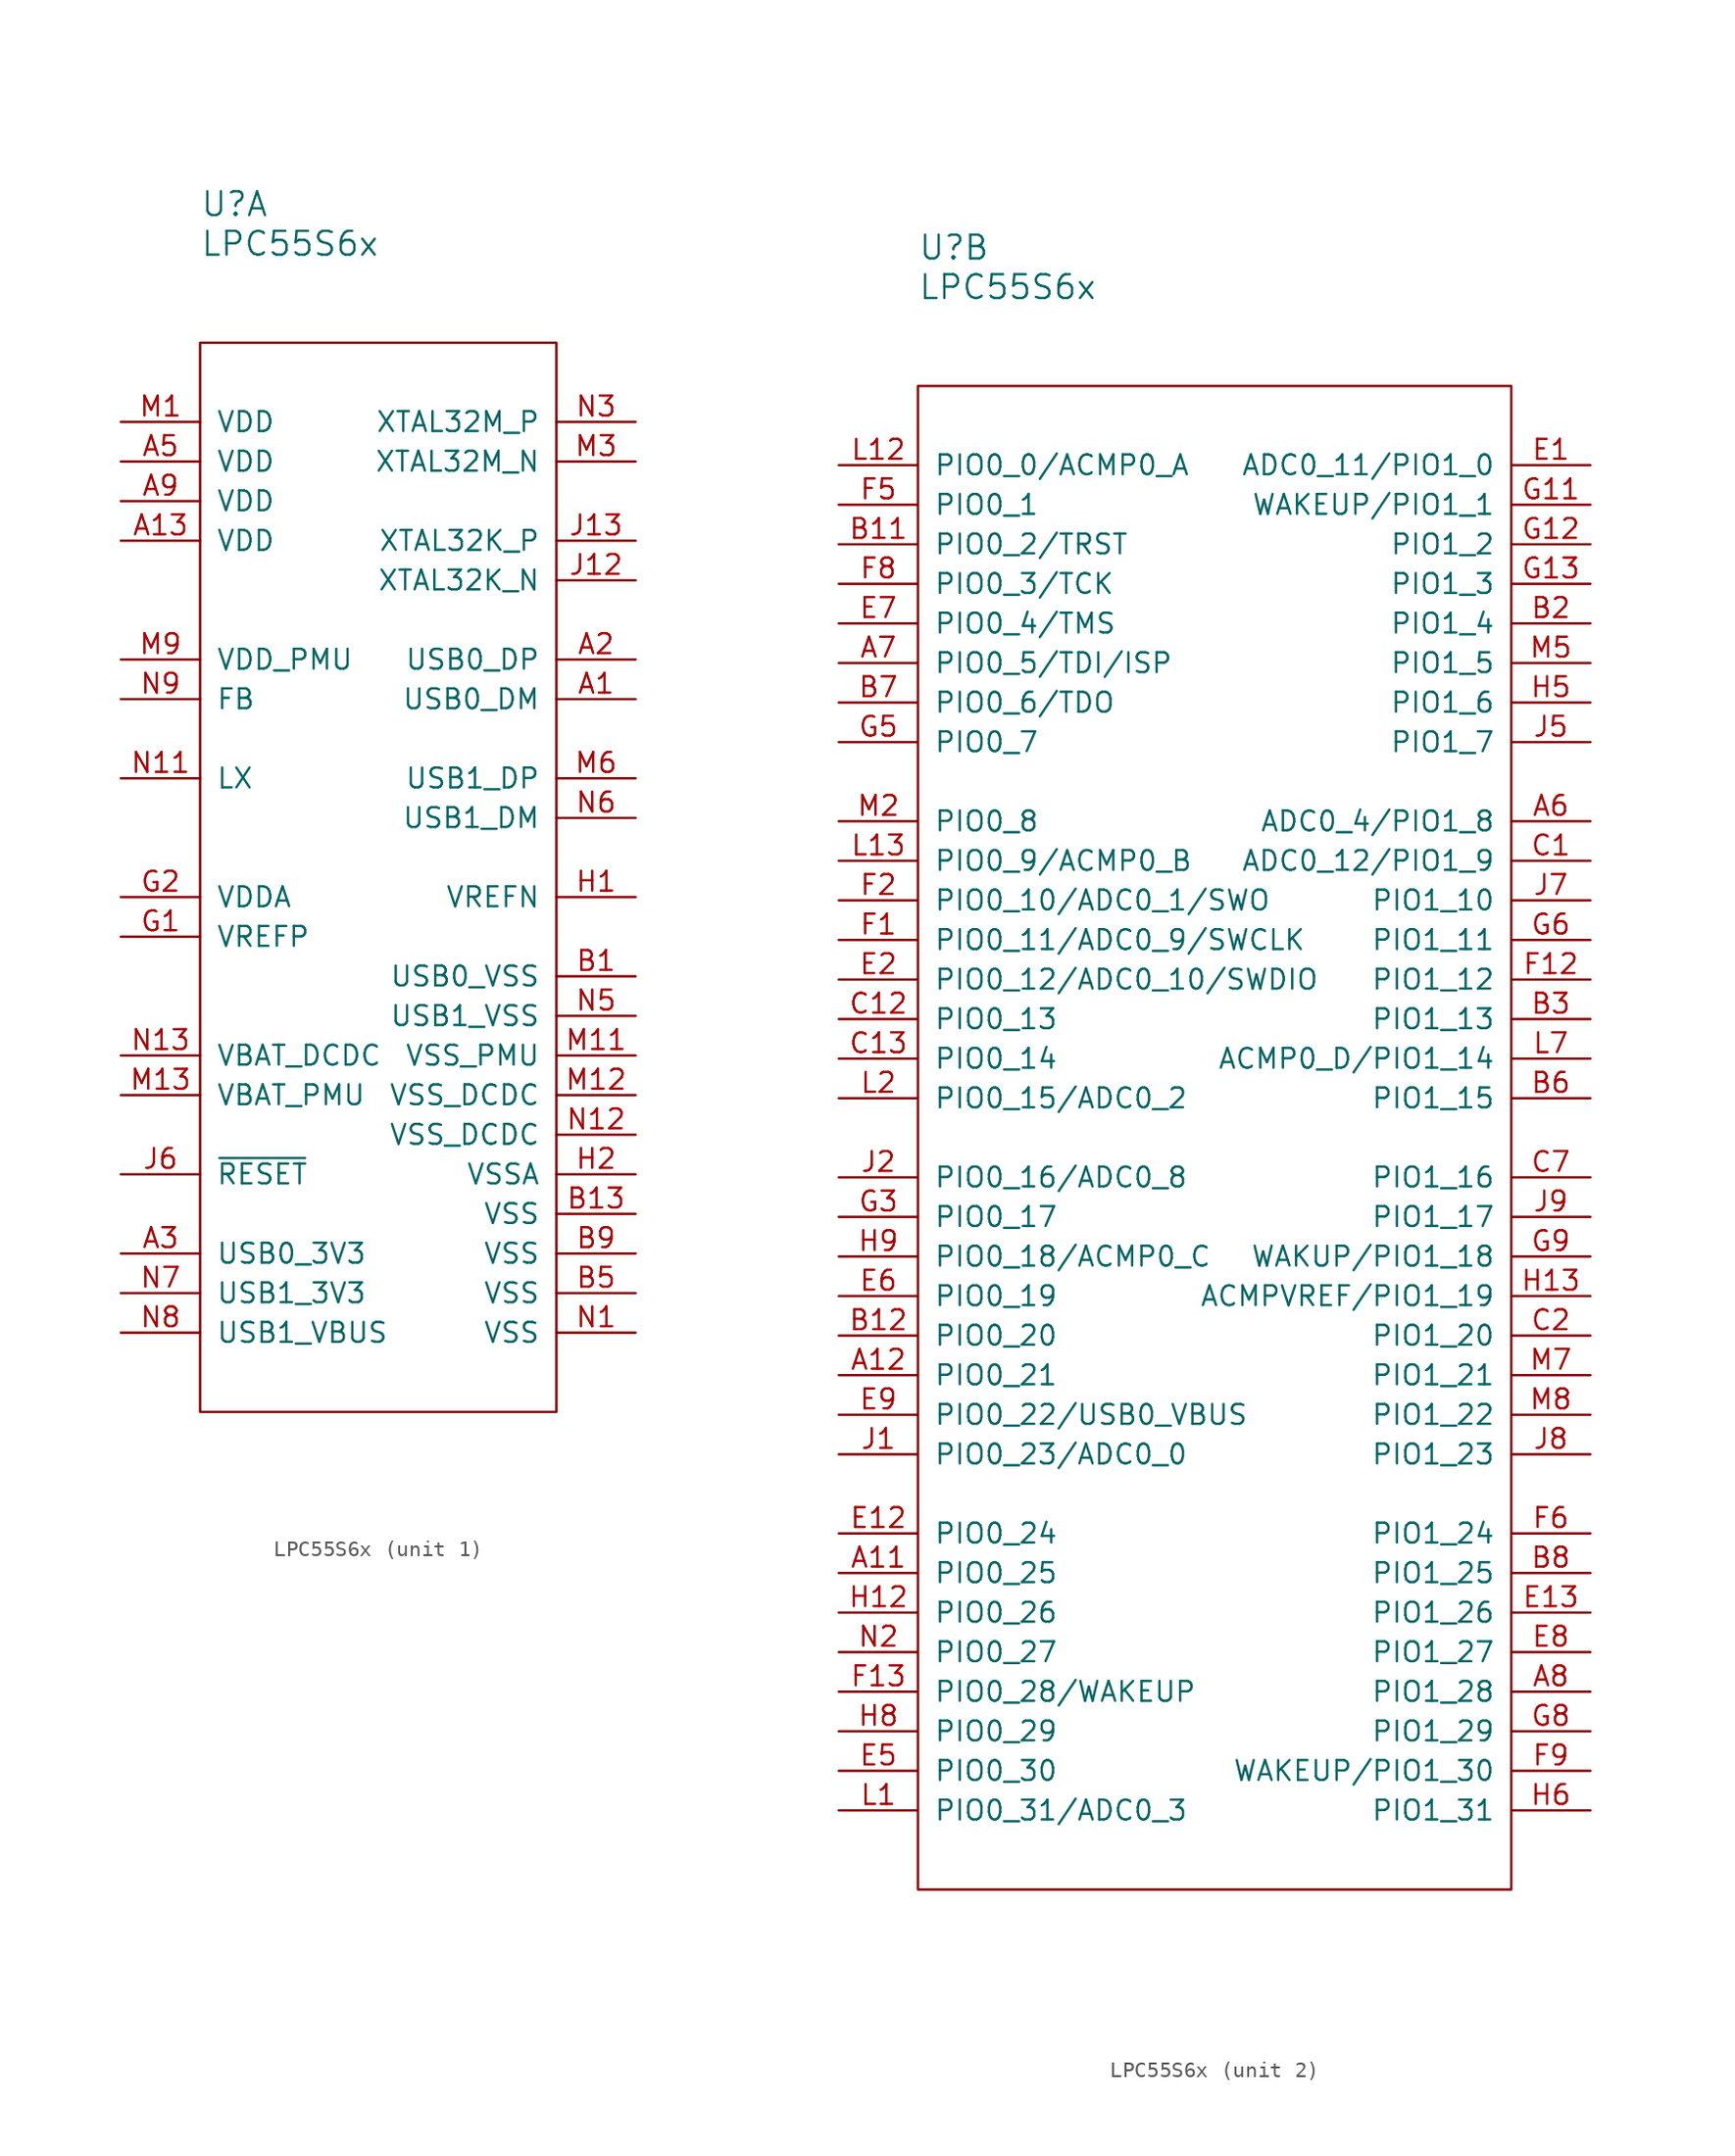
<source format=kicad_sym>
(kicad_symbol_lib
  (version 20211014)
  (generator kicad_symbol_editor)
  (symbol "LPC55S6x"
    (pin_names
      (offset 1.016))
    (property "Reference" "U"
      (at 0 8.89 0)
      (effects (font (size 1.524 1.524)) (justify left)))
    (property "Value" "LPC55S6x"
      (at 0 6.35 0)
      (effects (font (size 1.524 1.524)) (justify left)))
    (property "ki_locked" ""
      (at 0 0 0)
      (effects (font (size 1.27 1.27))))
    (symbol "LPC55S6x_1_1"
      (rectangle (start 0 0) (end 22.86 -68.58) (stroke (width 0) (type default) (color 0 0 0 0)) (fill (type none)))
      (pin passive line (at 27.94 -22.86 180) (length 5.08) (name "USB0_DM" (effects (font (size 1.27 1.27)))) (number "A1" (effects (font (size 1.27 1.27)))))
      (pin power_in line (at -5.08 -12.7 0) (length 5.08) (name "VDD" (effects (font (size 1.27 1.27)))) (number "A13" (effects (font (size 1.27 1.27)))))
      (pin passive line (at 27.94 -20.32 180) (length 5.08) (name "USB0_DP" (effects (font (size 1.27 1.27)))) (number "A2" (effects (font (size 1.27 1.27)))))
      (pin power_in line (at -5.08 -58.42 0) (length 5.08) (name "USB0_3V3" (effects (font (size 1.27 1.27)))) (number "A3" (effects (font (size 1.27 1.27)))))
      (pin power_in line (at -5.08 -7.62 0) (length 5.08) (name "VDD" (effects (font (size 1.27 1.27)))) (number "A5" (effects (font (size 1.27 1.27)))))
      (pin power_in line (at -5.08 -10.16 0) (length 5.08) (name "VDD" (effects (font (size 1.27 1.27)))) (number "A9" (effects (font (size 1.27 1.27)))))
      (pin power_in line (at 27.94 -40.64 180) (length 5.08) (name "USB0_VSS" (effects (font (size 1.27 1.27)))) (number "B1" (effects (font (size 1.27 1.27)))))
      (pin power_in line (at 27.94 -55.88 180) (length 5.08) (name "VSS" (effects (font (size 1.27 1.27)))) (number "B13" (effects (font (size 1.27 1.27)))))
      (pin power_in line (at 27.94 -60.96 180) (length 5.08) (name "VSS" (effects (font (size 1.27 1.27)))) (number "B5" (effects (font (size 1.27 1.27)))))
      (pin power_in line (at 27.94 -58.42 180) (length 5.08) (name "VSS" (effects (font (size 1.27 1.27)))) (number "B9" (effects (font (size 1.27 1.27)))))
      (pin power_in line (at -5.08 -38.1 0) (length 5.08) (name "VREFP" (effects (font (size 1.27 1.27)))) (number "G1" (effects (font (size 1.27 1.27)))))
      (pin power_in line (at -5.08 -35.56 0) (length 5.08) (name "VDDA" (effects (font (size 1.27 1.27)))) (number "G2" (effects (font (size 1.27 1.27)))))
      (pin power_in line (at 27.94 -35.56 180) (length 5.08) (name "VREFN" (effects (font (size 1.27 1.27)))) (number "H1" (effects (font (size 1.27 1.27)))))
      (pin power_in line (at 27.94 -53.34 180) (length 5.08) (name "VSSA" (effects (font (size 1.27 1.27)))) (number "H2" (effects (font (size 1.27 1.27)))))
      (pin passive line (at 27.94 -15.24 180) (length 5.08) (name "XTAL32K_N" (effects (font (size 1.27 1.27)))) (number "J12" (effects (font (size 1.27 1.27)))))
      (pin passive line (at 27.94 -12.7 180) (length 5.08) (name "XTAL32K_P" (effects (font (size 1.27 1.27)))) (number "J13" (effects (font (size 1.27 1.27)))))
      (pin passive line (at -5.08 -53.34 0) (length 5.08) (name "~{RESET}" (effects (font (size 1.27 1.27)))) (number "J6" (effects (font (size 1.27 1.27)))))
      (pin power_in line (at -5.08 -5.08 0) (length 5.08) (name "VDD" (effects (font (size 1.27 1.27)))) (number "M1" (effects (font (size 1.27 1.27)))))
      (pin power_in line (at 27.94 -45.72 180) (length 5.08) (name "VSS_PMU" (effects (font (size 1.27 1.27)))) (number "M11" (effects (font (size 1.27 1.27)))))
      (pin power_in line (at 27.94 -48.26 180) (length 5.08) (name "VSS_DCDC" (effects (font (size 1.27 1.27)))) (number "M12" (effects (font (size 1.27 1.27)))))
      (pin power_in line (at -5.08 -48.26 0) (length 5.08) (name "VBAT_PMU" (effects (font (size 1.27 1.27)))) (number "M13" (effects (font (size 1.27 1.27)))))
      (pin passive line (at 27.94 -7.62 180) (length 5.08) (name "XTAL32M_N" (effects (font (size 1.27 1.27)))) (number "M3" (effects (font (size 1.27 1.27)))))
      (pin passive line (at 27.94 -27.94 180) (length 5.08) (name "USB1_DP" (effects (font (size 1.27 1.27)))) (number "M6" (effects (font (size 1.27 1.27)))))
      (pin passive line (at -5.08 -20.32 0) (length 5.08) (name "VDD_PMU" (effects (font (size 1.27 1.27)))) (number "M9" (effects (font (size 1.27 1.27)))))
      (pin power_in line (at 27.94 -63.5 180) (length 5.08) (name "VSS" (effects (font (size 1.27 1.27)))) (number "N1" (effects (font (size 1.27 1.27)))))
      (pin passive line (at -5.08 -27.94 0) (length 5.08) (name "LX" (effects (font (size 1.27 1.27)))) (number "N11" (effects (font (size 1.27 1.27)))))
      (pin power_in line (at 27.94 -50.8 180) (length 5.08) (name "VSS_DCDC" (effects (font (size 1.27 1.27)))) (number "N12" (effects (font (size 1.27 1.27)))))
      (pin power_in line (at -5.08 -45.72 0) (length 5.08) (name "VBAT_DCDC" (effects (font (size 1.27 1.27)))) (number "N13" (effects (font (size 1.27 1.27)))))
      (pin passive line (at 27.94 -5.08 180) (length 5.08) (name "XTAL32M_P" (effects (font (size 1.27 1.27)))) (number "N3" (effects (font (size 1.27 1.27)))))
      (pin power_in line (at 27.94 -43.18 180) (length 5.08) (name "USB1_VSS" (effects (font (size 1.27 1.27)))) (number "N5" (effects (font (size 1.27 1.27)))))
      (pin passive line (at 27.94 -30.48 180) (length 5.08) (name "USB1_DM" (effects (font (size 1.27 1.27)))) (number "N6" (effects (font (size 1.27 1.27)))))
      (pin power_in line (at -5.08 -60.96 0) (length 5.08) (name "USB1_3V3" (effects (font (size 1.27 1.27)))) (number "N7" (effects (font (size 1.27 1.27)))))
      (pin power_in line (at -5.08 -63.5 0) (length 5.08) (name "USB1_VBUS" (effects (font (size 1.27 1.27)))) (number "N8" (effects (font (size 1.27 1.27)))))
      (pin passive line (at -5.08 -22.86 0) (length 5.08) (name "FB" (effects (font (size 1.27 1.27)))) (number "N9" (effects (font (size 1.27 1.27))))))
    (symbol "LPC55S6x_2_1"
      (rectangle (start 0 0) (end 38.1 -96.52) (stroke (width 0) (type default) (color 0 0 0 0)) (fill (type none)))
      (pin passive line (at -5.08 -76.2 0) (length 5.08) (name "PIO0_25" (effects (font (size 1.27 1.27)))) (number "A11" (effects (font (size 1.27 1.27)))))
      (pin passive line (at -5.08 -63.5 0) (length 5.08) (name "PIO0_21" (effects (font (size 1.27 1.27)))) (number "A12" (effects (font (size 1.27 1.27)))))
      (pin passive line (at 43.18 -27.94 180) (length 5.08) (name "ADC0_4/PIO1_8" (effects (font (size 1.27 1.27)))) (number "A6" (effects (font (size 1.27 1.27)))))
      (pin passive line (at -5.08 -17.78 0) (length 5.08) (name "PIO0_5/TDI/ISP" (effects (font (size 1.27 1.27)))) (number "A7" (effects (font (size 1.27 1.27)))))
      (pin passive line (at 43.18 -83.82 180) (length 5.08) (name "PIO1_28" (effects (font (size 1.27 1.27)))) (number "A8" (effects (font (size 1.27 1.27)))))
      (pin passive line (at -5.08 -10.16 0) (length 5.08) (name "PIO0_2/TRST" (effects (font (size 1.27 1.27)))) (number "B11" (effects (font (size 1.27 1.27)))))
      (pin passive line (at -5.08 -60.96 0) (length 5.08) (name "PIO0_20" (effects (font (size 1.27 1.27)))) (number "B12" (effects (font (size 1.27 1.27)))))
      (pin passive line (at 43.18 -15.24 180) (length 5.08) (name "PIO1_4" (effects (font (size 1.27 1.27)))) (number "B2" (effects (font (size 1.27 1.27)))))
      (pin passive line (at 43.18 -40.64 180) (length 5.08) (name "PIO1_13" (effects (font (size 1.27 1.27)))) (number "B3" (effects (font (size 1.27 1.27)))))
      (pin passive line (at 43.18 -45.72 180) (length 5.08) (name "PIO1_15" (effects (font (size 1.27 1.27)))) (number "B6" (effects (font (size 1.27 1.27)))))
      (pin passive line (at -5.08 -20.32 0) (length 5.08) (name "PIO0_6/TDO" (effects (font (size 1.27 1.27)))) (number "B7" (effects (font (size 1.27 1.27)))))
      (pin passive line (at 43.18 -76.2 180) (length 5.08) (name "PIO1_25" (effects (font (size 1.27 1.27)))) (number "B8" (effects (font (size 1.27 1.27)))))
      (pin passive line (at 43.18 -30.48 180) (length 5.08) (name "ADC0_12/PIO1_9" (effects (font (size 1.27 1.27)))) (number "C1" (effects (font (size 1.27 1.27)))))
      (pin passive line (at -5.08 -40.64 0) (length 5.08) (name "PIO0_13" (effects (font (size 1.27 1.27)))) (number "C12" (effects (font (size 1.27 1.27)))))
      (pin passive line (at -5.08 -43.18 0) (length 5.08) (name "PIO0_14" (effects (font (size 1.27 1.27)))) (number "C13" (effects (font (size 1.27 1.27)))))
      (pin passive line (at 43.18 -60.96 180) (length 5.08) (name "PIO1_20" (effects (font (size 1.27 1.27)))) (number "C2" (effects (font (size 1.27 1.27)))))
      (pin passive line (at 43.18 -50.8 180) (length 5.08) (name "PIO1_16" (effects (font (size 1.27 1.27)))) (number "C7" (effects (font (size 1.27 1.27)))))
      (pin passive line (at 43.18 -5.08 180) (length 5.08) (name "ADC0_11/PIO1_0" (effects (font (size 1.27 1.27)))) (number "E1" (effects (font (size 1.27 1.27)))))
      (pin passive line (at -5.08 -73.66 0) (length 5.08) (name "PIO0_24" (effects (font (size 1.27 1.27)))) (number "E12" (effects (font (size 1.27 1.27)))))
      (pin passive line (at 43.18 -78.74 180) (length 5.08) (name "PIO1_26" (effects (font (size 1.27 1.27)))) (number "E13" (effects (font (size 1.27 1.27)))))
      (pin passive line (at -5.08 -38.1 0) (length 5.08) (name "PIO0_12/ADC0_10/SWDIO" (effects (font (size 1.27 1.27)))) (number "E2" (effects (font (size 1.27 1.27)))))
      (pin passive line (at -5.08 -88.9 0) (length 5.08) (name "PIO0_30" (effects (font (size 1.27 1.27)))) (number "E5" (effects (font (size 1.27 1.27)))))
      (pin passive line (at -5.08 -58.42 0) (length 5.08) (name "PIO0_19" (effects (font (size 1.27 1.27)))) (number "E6" (effects (font (size 1.27 1.27)))))
      (pin passive line (at -5.08 -15.24 0) (length 5.08) (name "PIO0_4/TMS" (effects (font (size 1.27 1.27)))) (number "E7" (effects (font (size 1.27 1.27)))))
      (pin passive line (at 43.18 -81.28 180) (length 5.08) (name "PIO1_27" (effects (font (size 1.27 1.27)))) (number "E8" (effects (font (size 1.27 1.27)))))
      (pin passive line (at -5.08 -66.04 0) (length 5.08) (name "PIO0_22/USB0_VBUS" (effects (font (size 1.27 1.27)))) (number "E9" (effects (font (size 1.27 1.27)))))
      (pin passive line (at -5.08 -35.56 0) (length 5.08) (name "PIO0_11/ADC0_9/SWCLK" (effects (font (size 1.27 1.27)))) (number "F1" (effects (font (size 1.27 1.27)))))
      (pin passive line (at 43.18 -38.1 180) (length 5.08) (name "PIO1_12" (effects (font (size 1.27 1.27)))) (number "F12" (effects (font (size 1.27 1.27)))))
      (pin passive line (at -5.08 -83.82 0) (length 5.08) (name "PIO0_28/WAKEUP" (effects (font (size 1.27 1.27)))) (number "F13" (effects (font (size 1.27 1.27)))))
      (pin passive line (at -5.08 -33.02 0) (length 5.08) (name "PIO0_10/ADC0_1/SWO" (effects (font (size 1.27 1.27)))) (number "F2" (effects (font (size 1.27 1.27)))))
      (pin passive line (at -5.08 -7.62 0) (length 5.08) (name "PIO0_1" (effects (font (size 1.27 1.27)))) (number "F5" (effects (font (size 1.27 1.27)))))
      (pin passive line (at 43.18 -73.66 180) (length 5.08) (name "PIO1_24" (effects (font (size 1.27 1.27)))) (number "F6" (effects (font (size 1.27 1.27)))))
      (pin passive line (at -5.08 -12.7 0) (length 5.08) (name "PIO0_3/TCK" (effects (font (size 1.27 1.27)))) (number "F8" (effects (font (size 1.27 1.27)))))
      (pin passive line (at 43.18 -88.9 180) (length 5.08) (name "WAKEUP/PIO1_30" (effects (font (size 1.27 1.27)))) (number "F9" (effects (font (size 1.27 1.27)))))
      (pin passive line (at 43.18 -7.62 180) (length 5.08) (name "WAKEUP/PIO1_1" (effects (font (size 1.27 1.27)))) (number "G11" (effects (font (size 1.27 1.27)))))
      (pin passive line (at 43.18 -10.16 180) (length 5.08) (name "PIO1_2" (effects (font (size 1.27 1.27)))) (number "G12" (effects (font (size 1.27 1.27)))))
      (pin passive line (at 43.18 -12.7 180) (length 5.08) (name "PIO1_3" (effects (font (size 1.27 1.27)))) (number "G13" (effects (font (size 1.27 1.27)))))
      (pin passive line (at -5.08 -53.34 0) (length 5.08) (name "PIO0_17" (effects (font (size 1.27 1.27)))) (number "G3" (effects (font (size 1.27 1.27)))))
      (pin passive line (at -5.08 -22.86 0) (length 5.08) (name "PIO0_7" (effects (font (size 1.27 1.27)))) (number "G5" (effects (font (size 1.27 1.27)))))
      (pin passive line (at 43.18 -35.56 180) (length 5.08) (name "PIO1_11" (effects (font (size 1.27 1.27)))) (number "G6" (effects (font (size 1.27 1.27)))))
      (pin passive line (at 43.18 -86.36 180) (length 5.08) (name "PIO1_29" (effects (font (size 1.27 1.27)))) (number "G8" (effects (font (size 1.27 1.27)))))
      (pin passive line (at 43.18 -55.88 180) (length 5.08) (name "WAKUP/PIO1_18" (effects (font (size 1.27 1.27)))) (number "G9" (effects (font (size 1.27 1.27)))))
      (pin passive line (at -5.08 -78.74 0) (length 5.08) (name "PIO0_26" (effects (font (size 1.27 1.27)))) (number "H12" (effects (font (size 1.27 1.27)))))
      (pin passive line (at 43.18 -58.42 180) (length 5.08) (name "ACMPVREF/PIO1_19" (effects (font (size 1.27 1.27)))) (number "H13" (effects (font (size 1.27 1.27)))))
      (pin passive line (at 43.18 -20.32 180) (length 5.08) (name "PIO1_6" (effects (font (size 1.27 1.27)))) (number "H5" (effects (font (size 1.27 1.27)))))
      (pin passive line (at 43.18 -91.44 180) (length 5.08) (name "PIO1_31" (effects (font (size 1.27 1.27)))) (number "H6" (effects (font (size 1.27 1.27)))))
      (pin passive line (at -5.08 -86.36 0) (length 5.08) (name "PIO0_29" (effects (font (size 1.27 1.27)))) (number "H8" (effects (font (size 1.27 1.27)))))
      (pin passive line (at -5.08 -55.88 0) (length 5.08) (name "PIO0_18/ACMP0_C" (effects (font (size 1.27 1.27)))) (number "H9" (effects (font (size 1.27 1.27)))))
      (pin passive line (at -5.08 -68.58 0) (length 5.08) (name "PIO0_23/ADC0_0" (effects (font (size 1.27 1.27)))) (number "J1" (effects (font (size 1.27 1.27)))))
      (pin passive line (at -5.08 -50.8 0) (length 5.08) (name "PIO0_16/ADC0_8" (effects (font (size 1.27 1.27)))) (number "J2" (effects (font (size 1.27 1.27)))))
      (pin passive line (at 43.18 -22.86 180) (length 5.08) (name "PIO1_7" (effects (font (size 1.27 1.27)))) (number "J5" (effects (font (size 1.27 1.27)))))
      (pin passive line (at 43.18 -33.02 180) (length 5.08) (name "PIO1_10" (effects (font (size 1.27 1.27)))) (number "J7" (effects (font (size 1.27 1.27)))))
      (pin passive line (at 43.18 -68.58 180) (length 5.08) (name "PIO1_23" (effects (font (size 1.27 1.27)))) (number "J8" (effects (font (size 1.27 1.27)))))
      (pin passive line (at 43.18 -53.34 180) (length 5.08) (name "PIO1_17" (effects (font (size 1.27 1.27)))) (number "J9" (effects (font (size 1.27 1.27)))))
      (pin passive line (at -5.08 -91.44 0) (length 5.08) (name "PIO0_31/ADC0_3" (effects (font (size 1.27 1.27)))) (number "L1" (effects (font (size 1.27 1.27)))))
      (pin passive line (at -5.08 -5.08 0) (length 5.08) (name "PIO0_0/ACMP0_A" (effects (font (size 1.27 1.27)))) (number "L12" (effects (font (size 1.27 1.27)))))
      (pin passive line (at -5.08 -30.48 0) (length 5.08) (name "PIO0_9/ACMP0_B" (effects (font (size 1.27 1.27)))) (number "L13" (effects (font (size 1.27 1.27)))))
      (pin passive line (at -5.08 -45.72 0) (length 5.08) (name "PIO0_15/ADC0_2" (effects (font (size 1.27 1.27)))) (number "L2" (effects (font (size 1.27 1.27)))))
      (pin passive line (at 43.18 -43.18 180) (length 5.08) (name "ACMP0_D/PIO1_14" (effects (font (size 1.27 1.27)))) (number "L7" (effects (font (size 1.27 1.27)))))
      (pin passive line (at -5.08 -27.94 0) (length 5.08) (name "PIO0_8" (effects (font (size 1.27 1.27)))) (number "M2" (effects (font (size 1.27 1.27)))))
      (pin passive line (at 43.18 -17.78 180) (length 5.08) (name "PIO1_5" (effects (font (size 1.27 1.27)))) (number "M5" (effects (font (size 1.27 1.27)))))
      (pin passive line (at 43.18 -63.5 180) (length 5.08) (name "PIO1_21" (effects (font (size 1.27 1.27)))) (number "M7" (effects (font (size 1.27 1.27)))))
      (pin passive line (at 43.18 -66.04 180) (length 5.08) (name "PIO1_22" (effects (font (size 1.27 1.27)))) (number "M8" (effects (font (size 1.27 1.27)))))
      (pin passive line (at -5.08 -81.28 0) (length 5.08) (name "PIO0_27" (effects (font (size 1.27 1.27)))) (number "N2" (effects (font (size 1.27 1.27))))))))
</source>
